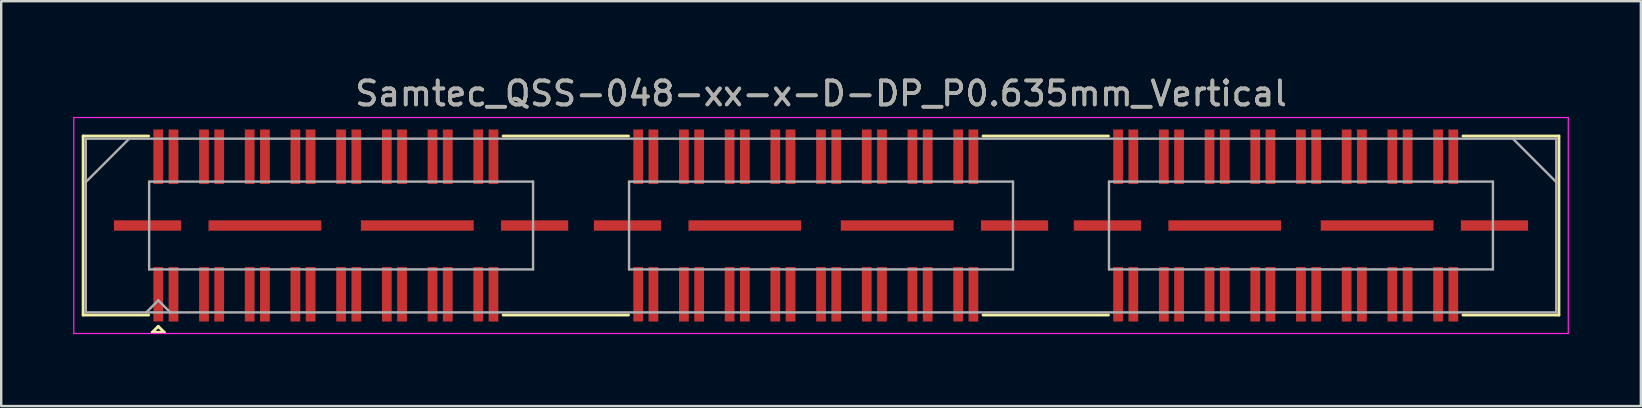
<source format=kicad_pcb>
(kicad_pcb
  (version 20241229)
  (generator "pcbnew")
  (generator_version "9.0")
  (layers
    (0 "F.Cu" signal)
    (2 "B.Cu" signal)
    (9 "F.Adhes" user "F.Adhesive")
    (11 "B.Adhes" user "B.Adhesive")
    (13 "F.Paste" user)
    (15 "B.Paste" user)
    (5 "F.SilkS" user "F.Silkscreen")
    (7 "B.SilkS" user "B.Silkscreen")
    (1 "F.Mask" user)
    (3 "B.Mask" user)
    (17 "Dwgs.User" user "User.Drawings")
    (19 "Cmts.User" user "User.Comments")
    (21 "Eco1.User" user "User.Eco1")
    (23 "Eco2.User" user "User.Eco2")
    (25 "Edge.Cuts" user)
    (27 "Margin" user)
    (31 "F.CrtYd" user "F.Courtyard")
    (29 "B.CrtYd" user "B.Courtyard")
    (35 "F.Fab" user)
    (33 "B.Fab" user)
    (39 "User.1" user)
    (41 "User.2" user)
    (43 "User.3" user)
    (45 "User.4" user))
  (footprint "Samtec_QSS-048-xx-x-D-DP_P0.635mm_Vertical"
    (layer "F.Cu")
    (at 31.165 6.348)
    (property "Reference" "Samtec_QSS-048-xx-x-D-DP_P0.635mm_Vertical" (at 0 -5.5 0) (layer "F.SilkS") (effects (font (size 1 1) (thickness 0.15))))
    (attr smd)
    (fp_line (start -30.75 -3.73) (end -28.023 -3.73) (stroke (width 0.12) (type solid)) (layer "F.SilkS"))
    (fp_line (start -30.75 3.73) (end -30.75 -3.73) (stroke (width 0.12) (type solid)) (layer "F.SilkS"))
    (fp_line (start -28.023 3.73) (end -30.75 3.73) (stroke (width 0.12) (type solid)) (layer "F.SilkS"))
    (fp_line (start -27.87 4.452) (end -27.62 4.202) (stroke (width 0.12) (type solid)) (layer "F.SilkS"))
    (fp_line (start -27.62 4.202) (end -27.37 4.452) (stroke (width 0.12) (type solid)) (layer "F.SilkS"))
    (fp_line (start -27.37 4.452) (end -27.87 4.452) (stroke (width 0.12) (type solid)) (layer "F.SilkS"))
    (fp_line (start -13.247 -3.73) (end -8.023 -3.73) (stroke (width 0.12) (type solid)) (layer "F.SilkS"))
    (fp_line (start -13.247 3.73) (end -8.023 3.73) (stroke (width 0.12) (type solid)) (layer "F.SilkS"))
    (fp_line (start 6.753 -3.73) (end 11.977 -3.73) (stroke (width 0.12) (type solid)) (layer "F.SilkS"))
    (fp_line (start 6.753 3.73) (end 11.977 3.73) (stroke (width 0.12) (type solid)) (layer "F.SilkS"))
    (fp_line (start 26.753 3.73) (end 30.75 3.73) (stroke (width 0.12) (type solid)) (layer "F.SilkS"))
    (fp_line (start 30.75 -3.73) (end 26.753 -3.73) (stroke (width 0.12) (type solid)) (layer "F.SilkS"))
    (fp_line (start 30.75 3.73) (end 30.75 -3.73) (stroke (width 0.12) (type solid)) (layer "F.SilkS"))
    (fp_line (start -31.14 -4.5) (end -31.14 4.5) (stroke (width 0.05) (type solid)) (layer "F.CrtYd"))
    (fp_line (start -31.14 4.5) (end 31.14 4.5) (stroke (width 0.05) (type solid)) (layer "F.CrtYd"))
    (fp_line (start 31.14 -4.5) (end -31.14 -4.5) (stroke (width 0.05) (type solid)) (layer "F.CrtYd"))
    (fp_line (start 31.14 4.5) (end 31.14 -4.5) (stroke (width 0.05) (type solid)) (layer "F.CrtYd"))
    (fp_line (start -30.64 -3.62) (end -30.64 3.62) (stroke (width 0.1) (type solid)) (layer "F.Fab"))
    (fp_line (start -30.64 -1.81) (end -28.83 -3.62) (stroke (width 0.1) (type solid)) (layer "F.Fab"))
    (fp_line (start -30.64 3.62) (end 30.64 3.62) (stroke (width 0.1) (type solid)) (layer "F.Fab"))
    (fp_line (start -28.12 3.62) (end -27.62 3.12) (stroke (width 0.1) (type solid)) (layer "F.Fab"))
    (fp_line (start -28 -1.83) (end -28 1.83) (stroke (width 0.1) (type solid)) (layer "F.Fab"))
    (fp_line (start -28 1.83) (end -12 1.83) (stroke (width 0.1) (type solid)) (layer "F.Fab"))
    (fp_line (start -27.62 3.12) (end -27.12 3.62) (stroke (width 0.1) (type solid)) (layer "F.Fab"))
    (fp_line (start -12 -1.83) (end -28 -1.83) (stroke (width 0.1) (type solid)) (layer "F.Fab"))
    (fp_line (start -12 1.83) (end -12 -1.83) (stroke (width 0.1) (type solid)) (layer "F.Fab"))
    (fp_line (start -8 -1.83) (end -8 1.83) (stroke (width 0.1) (type solid)) (layer "F.Fab"))
    (fp_line (start -8 1.83) (end 8 1.83) (stroke (width 0.1) (type solid)) (layer "F.Fab"))
    (fp_line (start 8 -1.83) (end -8 -1.83) (stroke (width 0.1) (type solid)) (layer "F.Fab"))
    (fp_line (start 8 1.83) (end 8 -1.83) (stroke (width 0.1) (type solid)) (layer "F.Fab"))
    (fp_line (start 12 -1.83) (end 12 1.83) (stroke (width 0.1) (type solid)) (layer "F.Fab"))
    (fp_line (start 12 1.83) (end 28 1.83) (stroke (width 0.1) (type solid)) (layer "F.Fab"))
    (fp_line (start 28 -1.83) (end 12 -1.83) (stroke (width 0.1) (type solid)) (layer "F.Fab"))
    (fp_line (start 28 1.83) (end 28 -1.83) (stroke (width 0.1) (type solid)) (layer "F.Fab"))
    (fp_line (start 30.64 -3.62) (end -30.64 -3.62) (stroke (width 0.1) (type solid)) (layer "F.Fab"))
    (fp_line (start 30.64 -1.81) (end 28.83 -3.62) (stroke (width 0.1) (type solid)) (layer "F.Fab"))
    (fp_line (start 30.64 3.62) (end 30.64 -3.62) (stroke (width 0.1) (type solid)) (layer "F.Fab"))
    (fp_text user "${REFERENCE}" (at 0 -5.5 0) (layer "F.Fab") (effects (font (size 1 1) (thickness 0.15))))
    (pad "1" smd rect (at -27.62 2.865) (size 0.406 2.273) (layers "F.Cu" "F.Mask" "F.Paste"))
    (pad "2" smd rect (at -27.62 -2.865) (size 0.406 2.273) (layers "F.Cu" "F.Mask" "F.Paste"))
    (pad "3" smd rect (at -26.985 2.865) (size 0.406 2.273) (layers "F.Cu" "F.Mask" "F.Paste"))
    (pad "4" smd rect (at -26.985 -2.865) (size 0.406 2.273) (layers "F.Cu" "F.Mask" "F.Paste"))
    (pad "5" smd rect (at -25.715 2.865) (size 0.406 2.273) (layers "F.Cu" "F.Mask" "F.Paste"))
    (pad "6" smd rect (at -25.715 -2.865) (size 0.406 2.273) (layers "F.Cu" "F.Mask" "F.Paste"))
    (pad "7" smd rect (at -25.08 2.865) (size 0.406 2.273) (layers "F.Cu" "F.Mask" "F.Paste"))
    (pad "8" smd rect (at -25.08 -2.865) (size 0.406 2.273) (layers "F.Cu" "F.Mask" "F.Paste"))
    (pad "9" smd rect (at -23.81 2.865) (size 0.406 2.273) (layers "F.Cu" "F.Mask" "F.Paste"))
    (pad "10" smd rect (at -23.81 -2.865) (size 0.406 2.273) (layers "F.Cu" "F.Mask" "F.Paste"))
    (pad "11" smd rect (at -23.175 2.865) (size 0.406 2.273) (layers "F.Cu" "F.Mask" "F.Paste"))
    (pad "12" smd rect (at -23.175 -2.865) (size 0.406 2.273) (layers "F.Cu" "F.Mask" "F.Paste"))
    (pad "13" smd rect (at -21.905 2.865) (size 0.406 2.273) (layers "F.Cu" "F.Mask" "F.Paste"))
    (pad "14" smd rect (at -21.905 -2.865) (size 0.406 2.273) (layers "F.Cu" "F.Mask" "F.Paste"))
    (pad "15" smd rect (at -21.27 2.865) (size 0.406 2.273) (layers "F.Cu" "F.Mask" "F.Paste"))
    (pad "16" smd rect (at -21.27 -2.865) (size 0.406 2.273) (layers "F.Cu" "F.Mask" "F.Paste"))
    (pad "17" smd rect (at -20 2.865) (size 0.406 2.273) (layers "F.Cu" "F.Mask" "F.Paste"))
    (pad "18" smd rect (at -20 -2.865) (size 0.406 2.273) (layers "F.Cu" "F.Mask" "F.Paste"))
    (pad "19" smd rect (at -19.365 2.865) (size 0.406 2.273) (layers "F.Cu" "F.Mask" "F.Paste"))
    (pad "20" smd rect (at -19.365 -2.865) (size 0.406 2.273) (layers "F.Cu" "F.Mask" "F.Paste"))
    (pad "21" smd rect (at -18.095 2.865) (size 0.406 2.273) (layers "F.Cu" "F.Mask" "F.Paste"))
    (pad "22" smd rect (at -18.095 -2.865) (size 0.406 2.273) (layers "F.Cu" "F.Mask" "F.Paste"))
    (pad "23" smd rect (at -17.46 2.865) (size 0.406 2.273) (layers "F.Cu" "F.Mask" "F.Paste"))
    (pad "24" smd rect (at -17.46 -2.865) (size 0.406 2.273) (layers "F.Cu" "F.Mask" "F.Paste"))
    (pad "25" smd rect (at -16.19 2.865) (size 0.406 2.273) (layers "F.Cu" "F.Mask" "F.Paste"))
    (pad "26" smd rect (at -16.19 -2.865) (size 0.406 2.273) (layers "F.Cu" "F.Mask" "F.Paste"))
    (pad "27" smd rect (at -15.555 2.865) (size 0.406 2.273) (layers "F.Cu" "F.Mask" "F.Paste"))
    (pad "28" smd rect (at -15.555 -2.865) (size 0.406 2.273) (layers "F.Cu" "F.Mask" "F.Paste"))
    (pad "29" smd rect (at -14.285 2.865) (size 0.406 2.273) (layers "F.Cu" "F.Mask" "F.Paste"))
    (pad "30" smd rect (at -14.285 -2.865) (size 0.406 2.273) (layers "F.Cu" "F.Mask" "F.Paste"))
    (pad "31" smd rect (at -13.65 2.865) (size 0.406 2.273) (layers "F.Cu" "F.Mask" "F.Paste"))
    (pad "32" smd rect (at -13.65 -2.865) (size 0.406 2.273) (layers "F.Cu" "F.Mask" "F.Paste"))
    (pad "33" smd rect (at -7.62 2.865) (size 0.406 2.273) (layers "F.Cu" "F.Mask" "F.Paste"))
    (pad "34" smd rect (at -7.62 -2.865) (size 0.406 2.273) (layers "F.Cu" "F.Mask" "F.Paste"))
    (pad "35" smd rect (at -6.985 2.865) (size 0.406 2.273) (layers "F.Cu" "F.Mask" "F.Paste"))
    (pad "36" smd rect (at -6.985 -2.865) (size 0.406 2.273) (layers "F.Cu" "F.Mask" "F.Paste"))
    (pad "37" smd rect (at -5.715 2.865) (size 0.406 2.273) (layers "F.Cu" "F.Mask" "F.Paste"))
    (pad "38" smd rect (at -5.715 -2.865) (size 0.406 2.273) (layers "F.Cu" "F.Mask" "F.Paste"))
    (pad "39" smd rect (at -5.08 2.865) (size 0.406 2.273) (layers "F.Cu" "F.Mask" "F.Paste"))
    (pad "40" smd rect (at -5.08 -2.865) (size 0.406 2.273) (layers "F.Cu" "F.Mask" "F.Paste"))
    (pad "41" smd rect (at -3.81 2.865) (size 0.406 2.273) (layers "F.Cu" "F.Mask" "F.Paste"))
    (pad "42" smd rect (at -3.81 -2.865) (size 0.406 2.273) (layers "F.Cu" "F.Mask" "F.Paste"))
    (pad "43" smd rect (at -3.175 2.865) (size 0.406 2.273) (layers "F.Cu" "F.Mask" "F.Paste"))
    (pad "44" smd rect (at -3.175 -2.865) (size 0.406 2.273) (layers "F.Cu" "F.Mask" "F.Paste"))
    (pad "45" smd rect (at -1.905 2.865) (size 0.406 2.273) (layers "F.Cu" "F.Mask" "F.Paste"))
    (pad "46" smd rect (at -1.905 -2.865) (size 0.406 2.273) (layers "F.Cu" "F.Mask" "F.Paste"))
    (pad "47" smd rect (at -1.27 2.865) (size 0.406 2.273) (layers "F.Cu" "F.Mask" "F.Paste"))
    (pad "48" smd rect (at -1.27 -2.865) (size 0.406 2.273) (layers "F.Cu" "F.Mask" "F.Paste"))
    (pad "49" smd rect (at 0 2.865) (size 0.406 2.273) (layers "F.Cu" "F.Mask" "F.Paste"))
    (pad "50" smd rect (at 0 -2.865) (size 0.406 2.273) (layers "F.Cu" "F.Mask" "F.Paste"))
    (pad "51" smd rect (at 0.635 2.865) (size 0.406 2.273) (layers "F.Cu" "F.Mask" "F.Paste"))
    (pad "52" smd rect (at 0.635 -2.865) (size 0.406 2.273) (layers "F.Cu" "F.Mask" "F.Paste"))
    (pad "53" smd rect (at 1.905 2.865) (size 0.406 2.273) (layers "F.Cu" "F.Mask" "F.Paste"))
    (pad "54" smd rect (at 1.905 -2.865) (size 0.406 2.273) (layers "F.Cu" "F.Mask" "F.Paste"))
    (pad "55" smd rect (at 2.54 2.865) (size 0.406 2.273) (layers "F.Cu" "F.Mask" "F.Paste"))
    (pad "56" smd rect (at 2.54 -2.865) (size 0.406 2.273) (layers "F.Cu" "F.Mask" "F.Paste"))
    (pad "57" smd rect (at 3.81 2.865) (size 0.406 2.273) (layers "F.Cu" "F.Mask" "F.Paste"))
    (pad "58" smd rect (at 3.81 -2.865) (size 0.406 2.273) (layers "F.Cu" "F.Mask" "F.Paste"))
    (pad "59" smd rect (at 4.445 2.865) (size 0.406 2.273) (layers "F.Cu" "F.Mask" "F.Paste"))
    (pad "60" smd rect (at 4.445 -2.865) (size 0.406 2.273) (layers "F.Cu" "F.Mask" "F.Paste"))
    (pad "61" smd rect (at 5.715 2.865) (size 0.406 2.273) (layers "F.Cu" "F.Mask" "F.Paste"))
    (pad "62" smd rect (at 5.715 -2.865) (size 0.406 2.273) (layers "F.Cu" "F.Mask" "F.Paste"))
    (pad "63" smd rect (at 6.35 2.865) (size 0.406 2.273) (layers "F.Cu" "F.Mask" "F.Paste"))
    (pad "64" smd rect (at 6.35 -2.865) (size 0.406 2.273) (layers "F.Cu" "F.Mask" "F.Paste"))
    (pad "65" smd rect (at 12.38 2.865) (size 0.406 2.273) (layers "F.Cu" "F.Mask" "F.Paste"))
    (pad "66" smd rect (at 12.38 -2.865) (size 0.406 2.273) (layers "F.Cu" "F.Mask" "F.Paste"))
    (pad "67" smd rect (at 13.015 2.865) (size 0.406 2.273) (layers "F.Cu" "F.Mask" "F.Paste"))
    (pad "68" smd rect (at 13.015 -2.865) (size 0.406 2.273) (layers "F.Cu" "F.Mask" "F.Paste"))
    (pad "69" smd rect (at 14.285 2.865) (size 0.406 2.273) (layers "F.Cu" "F.Mask" "F.Paste"))
    (pad "70" smd rect (at 14.285 -2.865) (size 0.406 2.273) (layers "F.Cu" "F.Mask" "F.Paste"))
    (pad "71" smd rect (at 14.92 2.865) (size 0.406 2.273) (layers "F.Cu" "F.Mask" "F.Paste"))
    (pad "72" smd rect (at 14.92 -2.865) (size 0.406 2.273) (layers "F.Cu" "F.Mask" "F.Paste"))
    (pad "73" smd rect (at 16.19 2.865) (size 0.406 2.273) (layers "F.Cu" "F.Mask" "F.Paste"))
    (pad "74" smd rect (at 16.19 -2.865) (size 0.406 2.273) (layers "F.Cu" "F.Mask" "F.Paste"))
    (pad "75" smd rect (at 16.825 2.865) (size 0.406 2.273) (layers "F.Cu" "F.Mask" "F.Paste"))
    (pad "76" smd rect (at 16.825 -2.865) (size 0.406 2.273) (layers "F.Cu" "F.Mask" "F.Paste"))
    (pad "77" smd rect (at 18.095 2.865) (size 0.406 2.273) (layers "F.Cu" "F.Mask" "F.Paste"))
    (pad "78" smd rect (at 18.095 -2.865) (size 0.406 2.273) (layers "F.Cu" "F.Mask" "F.Paste"))
    (pad "79" smd rect (at 18.73 2.865) (size 0.406 2.273) (layers "F.Cu" "F.Mask" "F.Paste"))
    (pad "80" smd rect (at 18.73 -2.865) (size 0.406 2.273) (layers "F.Cu" "F.Mask" "F.Paste"))
    (pad "81" smd rect (at 20 2.865) (size 0.406 2.273) (layers "F.Cu" "F.Mask" "F.Paste"))
    (pad "82" smd rect (at 20 -2.865) (size 0.406 2.273) (layers "F.Cu" "F.Mask" "F.Paste"))
    (pad "83" smd rect (at 20.635 2.865) (size 0.406 2.273) (layers "F.Cu" "F.Mask" "F.Paste"))
    (pad "84" smd rect (at 20.635 -2.865) (size 0.406 2.273) (layers "F.Cu" "F.Mask" "F.Paste"))
    (pad "85" smd rect (at 21.905 2.865) (size 0.406 2.273) (layers "F.Cu" "F.Mask" "F.Paste"))
    (pad "86" smd rect (at 21.905 -2.865) (size 0.406 2.273) (layers "F.Cu" "F.Mask" "F.Paste"))
    (pad "87" smd rect (at 22.54 2.865) (size 0.406 2.273) (layers "F.Cu" "F.Mask" "F.Paste"))
    (pad "88" smd rect (at 22.54 -2.865) (size 0.406 2.273) (layers "F.Cu" "F.Mask" "F.Paste"))
    (pad "89" smd rect (at 23.81 2.865) (size 0.406 2.273) (layers "F.Cu" "F.Mask" "F.Paste"))
    (pad "90" smd rect (at 23.81 -2.865) (size 0.406 2.273) (layers "F.Cu" "F.Mask" "F.Paste"))
    (pad "91" smd rect (at 24.445 2.865) (size 0.406 2.273) (layers "F.Cu" "F.Mask" "F.Paste"))
    (pad "92" smd rect (at 24.445 -2.865) (size 0.406 2.273) (layers "F.Cu" "F.Mask" "F.Paste"))
    (pad "93" smd rect (at 25.715 2.865) (size 0.406 2.273) (layers "F.Cu" "F.Mask" "F.Paste"))
    (pad "94" smd rect (at 25.715 -2.865) (size 0.406 2.273) (layers "F.Cu" "F.Mask" "F.Paste"))
    (pad "95" smd rect (at 26.35 2.865) (size 0.406 2.273) (layers "F.Cu" "F.Mask" "F.Paste"))
    (pad "96" smd rect (at 26.35 -2.865) (size 0.406 2.273) (layers "F.Cu" "F.Mask" "F.Paste"))
    (pad "P1" smd rect (at -28.065 0) (size 2.8 0.432) (layers "F.Cu" "F.Mask" "F.Paste"))
    (pad "P1" smd rect (at -23.175 0) (size 4.7 0.432) (layers "F.Cu" "F.Mask" "F.Paste"))
    (pad "P1" smd rect (at -16.825 0) (size 4.7 0.432) (layers "F.Cu" "F.Mask" "F.Paste"))
    (pad "P1" smd rect (at -11.935 0) (size 2.8 0.432) (layers "F.Cu" "F.Mask" "F.Paste"))
    (pad "P2" smd rect (at -8.065 0) (size 2.8 0.432) (layers "F.Cu" "F.Mask" "F.Paste"))
    (pad "P2" smd rect (at -3.175 0) (size 4.7 0.432) (layers "F.Cu" "F.Mask" "F.Paste"))
    (pad "P2" smd rect (at 3.175 0) (size 4.7 0.432) (layers "F.Cu" "F.Mask" "F.Paste"))
    (pad "P2" smd rect (at 8.065 0) (size 2.8 0.432) (layers "F.Cu" "F.Mask" "F.Paste"))
    (pad "P3" smd rect (at 11.935 0) (size 2.8 0.432) (layers "F.Cu" "F.Mask" "F.Paste"))
    (pad "P3" smd rect (at 16.825 0) (size 4.7 0.432) (layers "F.Cu" "F.Mask" "F.Paste"))
    (pad "P3" smd rect (at 23.175 0) (size 4.7 0.432) (layers "F.Cu" "F.Mask" "F.Paste"))
    (pad "P3" smd rect (at 28.065 0) (size 2.8 0.432) (layers "F.Cu" "F.Mask" "F.Paste")))
  (gr_rect
    (start -3 -3)
    (end 65.33 13.873)
    (stroke (width 0.1) (type default))
    (fill no)
    (layer "Edge.Cuts")))
</source>
